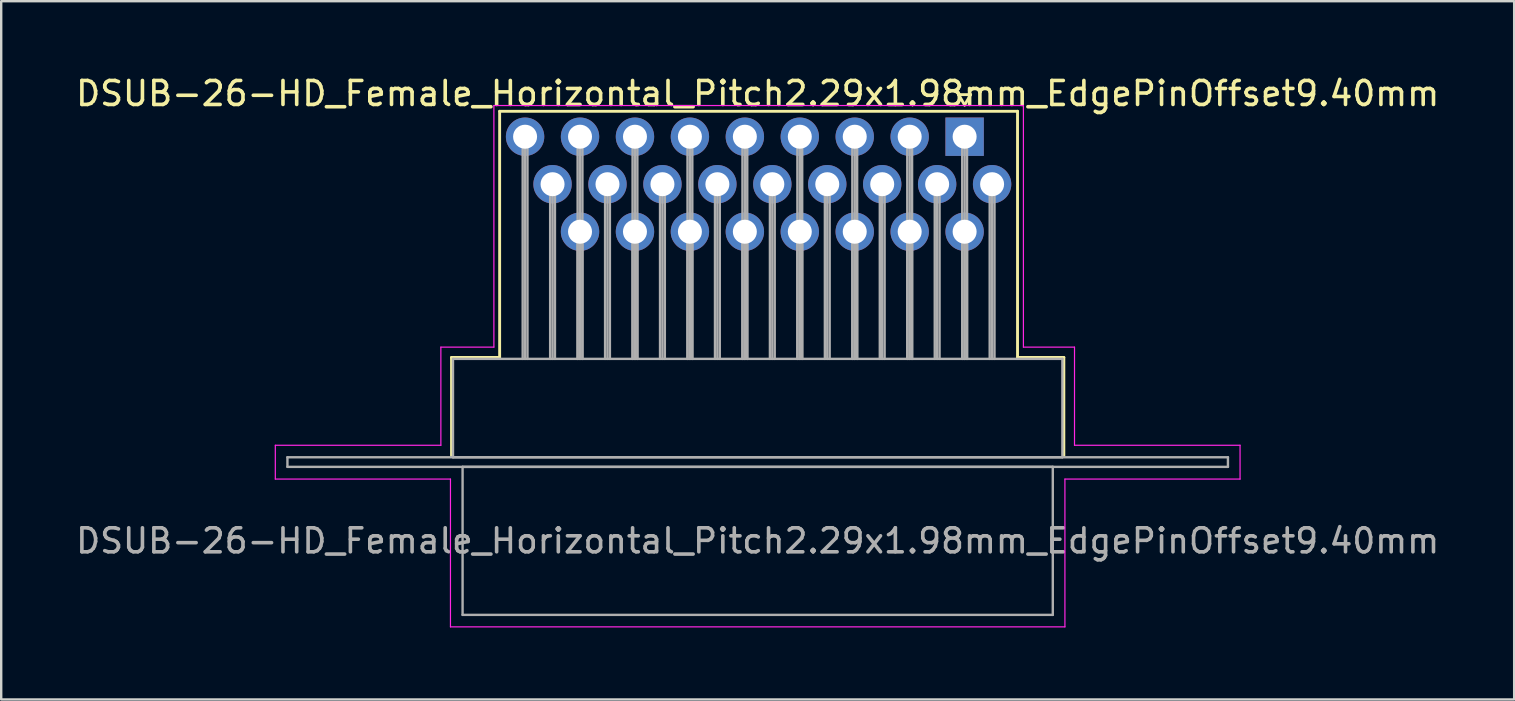
<source format=kicad_pcb>
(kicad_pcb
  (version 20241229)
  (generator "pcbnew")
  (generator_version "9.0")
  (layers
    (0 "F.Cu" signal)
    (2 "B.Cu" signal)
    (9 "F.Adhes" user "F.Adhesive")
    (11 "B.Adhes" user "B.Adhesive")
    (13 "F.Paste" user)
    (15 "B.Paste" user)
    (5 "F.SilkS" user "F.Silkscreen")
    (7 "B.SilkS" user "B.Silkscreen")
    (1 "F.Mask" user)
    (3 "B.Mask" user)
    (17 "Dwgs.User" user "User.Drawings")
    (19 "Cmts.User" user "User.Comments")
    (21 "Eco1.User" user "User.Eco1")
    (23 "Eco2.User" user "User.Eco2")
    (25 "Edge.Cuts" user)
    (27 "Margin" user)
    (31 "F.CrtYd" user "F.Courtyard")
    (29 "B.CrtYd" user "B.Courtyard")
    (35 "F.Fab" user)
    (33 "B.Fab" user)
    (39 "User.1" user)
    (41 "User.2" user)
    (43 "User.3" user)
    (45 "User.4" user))
  (footprint "DSUB-26-HD_Female_Horizontal_Pitch2.29x1.98mm_EdgePinOffset9.40mm"
    (layer "F.Cu")
    (at 37.155 2.648)
    (property "Reference" "DSUB-26-HD_Female_Horizontal_Pitch2.29x1.98mm_EdgePinOffset9.40mm" (at -8.625 -1.8 0) (layer "F.SilkS") (effects (font (size 1 1) (thickness 0.15))))
    (attr through_hole)
    (fp_line (start -21.385 9.2) (end -19.38 9.2) (stroke (width 0.12) (type solid)) (layer "F.SilkS"))
    (fp_line (start -21.385 13.3) (end -21.385 9.2) (stroke (width 0.12) (type solid)) (layer "F.SilkS"))
    (fp_line (start -19.38 -1.06) (end 2.205 -1.06) (stroke (width 0.12) (type solid)) (layer "F.SilkS"))
    (fp_line (start -19.38 9.2) (end -19.38 -1.06) (stroke (width 0.12) (type solid)) (layer "F.SilkS"))
    (fp_line (start -0.25 -1.754) (end 0.25 -1.754) (stroke (width 0.12) (type solid)) (layer "F.SilkS"))
    (fp_line (start 0 -1.321) (end -0.25 -1.754) (stroke (width 0.12) (type solid)) (layer "F.SilkS"))
    (fp_line (start 0.25 -1.754) (end 0 -1.321) (stroke (width 0.12) (type solid)) (layer "F.SilkS"))
    (fp_line (start 2.205 -1.06) (end 2.205 9.2) (stroke (width 0.12) (type solid)) (layer "F.SilkS"))
    (fp_line (start 2.205 9.2) (end 4.135 9.2) (stroke (width 0.12) (type solid)) (layer "F.SilkS"))
    (fp_line (start 4.135 9.2) (end 4.135 13.3) (stroke (width 0.12) (type solid)) (layer "F.SilkS"))
    (fp_line (start -28.73 12.86) (end -21.83 12.86) (stroke (width 0.05) (type solid)) (layer "F.CrtYd"))
    (fp_line (start -28.73 14.27) (end -28.73 12.86) (stroke (width 0.05) (type solid)) (layer "F.CrtYd"))
    (fp_line (start -21.83 8.77) (end -19.62 8.77) (stroke (width 0.05) (type solid)) (layer "F.CrtYd"))
    (fp_line (start -21.83 12.86) (end -21.83 8.77) (stroke (width 0.05) (type solid)) (layer "F.CrtYd"))
    (fp_line (start -21.43 14.27) (end -28.73 14.27) (stroke (width 0.05) (type solid)) (layer "F.CrtYd"))
    (fp_line (start -21.43 20.43) (end -21.43 14.27) (stroke (width 0.05) (type solid)) (layer "F.CrtYd"))
    (fp_line (start -19.62 -1.3) (end 2.45 -1.3) (stroke (width 0.05) (type solid)) (layer "F.CrtYd"))
    (fp_line (start -19.62 8.77) (end -19.62 -1.3) (stroke (width 0.05) (type solid)) (layer "F.CrtYd"))
    (fp_line (start 2.45 -1.3) (end 2.45 8.77) (stroke (width 0.05) (type solid)) (layer "F.CrtYd"))
    (fp_line (start 2.45 8.77) (end 4.58 8.77) (stroke (width 0.05) (type solid)) (layer "F.CrtYd"))
    (fp_line (start 4.18 14.27) (end 4.18 20.43) (stroke (width 0.05) (type solid)) (layer "F.CrtYd"))
    (fp_line (start 4.18 20.43) (end -21.43 20.43) (stroke (width 0.05) (type solid)) (layer "F.CrtYd"))
    (fp_line (start 4.58 8.77) (end 4.58 12.86) (stroke (width 0.05) (type solid)) (layer "F.CrtYd"))
    (fp_line (start 4.58 12.86) (end 11.48 12.86) (stroke (width 0.05) (type solid)) (layer "F.CrtYd"))
    (fp_line (start 11.48 12.86) (end 11.48 14.27) (stroke (width 0.05) (type solid)) (layer "F.CrtYd"))
    (fp_line (start 11.48 14.27) (end 4.18 14.27) (stroke (width 0.05) (type solid)) (layer "F.CrtYd"))
    (fp_line (start -28.225 13.36) (end -28.225 13.76) (stroke (width 0.1) (type solid)) (layer "F.Fab"))
    (fp_line (start -28.225 13.76) (end 10.975 13.76) (stroke (width 0.1) (type solid)) (layer "F.Fab"))
    (fp_line (start -21.325 9.26) (end -21.325 13.36) (stroke (width 0.1) (type solid)) (layer "F.Fab"))
    (fp_line (start -21.325 13.36) (end 4.075 13.36) (stroke (width 0.1) (type solid)) (layer "F.Fab"))
    (fp_line (start -20.925 13.76) (end -20.925 19.93) (stroke (width 0.1) (type solid)) (layer "F.Fab"))
    (fp_line (start -20.925 19.93) (end 3.675 19.93) (stroke (width 0.1) (type solid)) (layer "F.Fab"))
    (fp_line (start -18.42 0) (end -18.42 9.26) (stroke (width 0.1) (type solid)) (layer "F.Fab"))
    (fp_line (start -18.32 0) (end -18.32 9.26) (stroke (width 0.1) (type solid)) (layer "F.Fab"))
    (fp_line (start -18.22 0) (end -18.22 9.26) (stroke (width 0.1) (type solid)) (layer "F.Fab"))
    (fp_line (start -17.275 1.98) (end -17.275 9.26) (stroke (width 0.1) (type solid)) (layer "F.Fab"))
    (fp_line (start -17.175 1.98) (end -17.175 9.26) (stroke (width 0.1) (type solid)) (layer "F.Fab"))
    (fp_line (start -17.075 1.98) (end -17.075 9.26) (stroke (width 0.1) (type solid)) (layer "F.Fab"))
    (fp_line (start -16.13 0) (end -16.13 9.26) (stroke (width 0.1) (type solid)) (layer "F.Fab"))
    (fp_line (start -16.13 3.96) (end -16.13 9.26) (stroke (width 0.1) (type solid)) (layer "F.Fab"))
    (fp_line (start -16.03 0) (end -16.03 9.26) (stroke (width 0.1) (type solid)) (layer "F.Fab"))
    (fp_line (start -16.03 3.96) (end -16.03 9.26) (stroke (width 0.1) (type solid)) (layer "F.Fab"))
    (fp_line (start -15.93 0) (end -15.93 9.26) (stroke (width 0.1) (type solid)) (layer "F.Fab"))
    (fp_line (start -15.93 3.96) (end -15.93 9.26) (stroke (width 0.1) (type solid)) (layer "F.Fab"))
    (fp_line (start -14.985 1.98) (end -14.985 9.26) (stroke (width 0.1) (type solid)) (layer "F.Fab"))
    (fp_line (start -14.885 1.98) (end -14.885 9.26) (stroke (width 0.1) (type solid)) (layer "F.Fab"))
    (fp_line (start -14.785 1.98) (end -14.785 9.26) (stroke (width 0.1) (type solid)) (layer "F.Fab"))
    (fp_line (start -13.84 0) (end -13.84 9.26) (stroke (width 0.1) (type solid)) (layer "F.Fab"))
    (fp_line (start -13.84 3.96) (end -13.84 9.26) (stroke (width 0.1) (type solid)) (layer "F.Fab"))
    (fp_line (start -13.74 0) (end -13.74 9.26) (stroke (width 0.1) (type solid)) (layer "F.Fab"))
    (fp_line (start -13.74 3.96) (end -13.74 9.26) (stroke (width 0.1) (type solid)) (layer "F.Fab"))
    (fp_line (start -13.64 0) (end -13.64 9.26) (stroke (width 0.1) (type solid)) (layer "F.Fab"))
    (fp_line (start -13.64 3.96) (end -13.64 9.26) (stroke (width 0.1) (type solid)) (layer "F.Fab"))
    (fp_line (start -12.695 1.98) (end -12.695 9.26) (stroke (width 0.1) (type solid)) (layer "F.Fab"))
    (fp_line (start -12.595 1.98) (end -12.595 9.26) (stroke (width 0.1) (type solid)) (layer "F.Fab"))
    (fp_line (start -12.495 1.98) (end -12.495 9.26) (stroke (width 0.1) (type solid)) (layer "F.Fab"))
    (fp_line (start -11.55 0) (end -11.55 9.26) (stroke (width 0.1) (type solid)) (layer "F.Fab"))
    (fp_line (start -11.55 3.96) (end -11.55 9.26) (stroke (width 0.1) (type solid)) (layer "F.Fab"))
    (fp_line (start -11.45 0) (end -11.45 9.26) (stroke (width 0.1) (type solid)) (layer "F.Fab"))
    (fp_line (start -11.45 3.96) (end -11.45 9.26) (stroke (width 0.1) (type solid)) (layer "F.Fab"))
    (fp_line (start -11.35 0) (end -11.35 9.26) (stroke (width 0.1) (type solid)) (layer "F.Fab"))
    (fp_line (start -11.35 3.96) (end -11.35 9.26) (stroke (width 0.1) (type solid)) (layer "F.Fab"))
    (fp_line (start -10.405 1.98) (end -10.405 9.26) (stroke (width 0.1) (type solid)) (layer "F.Fab"))
    (fp_line (start -10.305 1.98) (end -10.305 9.26) (stroke (width 0.1) (type solid)) (layer "F.Fab"))
    (fp_line (start -10.205 1.98) (end -10.205 9.26) (stroke (width 0.1) (type solid)) (layer "F.Fab"))
    (fp_line (start -9.26 0) (end -9.26 9.26) (stroke (width 0.1) (type solid)) (layer "F.Fab"))
    (fp_line (start -9.26 3.96) (end -9.26 9.26) (stroke (width 0.1) (type solid)) (layer "F.Fab"))
    (fp_line (start -9.16 0) (end -9.16 9.26) (stroke (width 0.1) (type solid)) (layer "F.Fab"))
    (fp_line (start -9.16 3.96) (end -9.16 9.26) (stroke (width 0.1) (type solid)) (layer "F.Fab"))
    (fp_line (start -9.06 0) (end -9.06 9.26) (stroke (width 0.1) (type solid)) (layer "F.Fab"))
    (fp_line (start -9.06 3.96) (end -9.06 9.26) (stroke (width 0.1) (type solid)) (layer "F.Fab"))
    (fp_line (start -8.115 1.98) (end -8.115 9.26) (stroke (width 0.1) (type solid)) (layer "F.Fab"))
    (fp_line (start -8.015 1.98) (end -8.015 9.26) (stroke (width 0.1) (type solid)) (layer "F.Fab"))
    (fp_line (start -7.915 1.98) (end -7.915 9.26) (stroke (width 0.1) (type solid)) (layer "F.Fab"))
    (fp_line (start -6.97 0) (end -6.97 9.26) (stroke (width 0.1) (type solid)) (layer "F.Fab"))
    (fp_line (start -6.97 3.96) (end -6.97 9.26) (stroke (width 0.1) (type solid)) (layer "F.Fab"))
    (fp_line (start -6.87 0) (end -6.87 9.26) (stroke (width 0.1) (type solid)) (layer "F.Fab"))
    (fp_line (start -6.87 3.96) (end -6.87 9.26) (stroke (width 0.1) (type solid)) (layer "F.Fab"))
    (fp_line (start -6.77 0) (end -6.77 9.26) (stroke (width 0.1) (type solid)) (layer "F.Fab"))
    (fp_line (start -6.77 3.96) (end -6.77 9.26) (stroke (width 0.1) (type solid)) (layer "F.Fab"))
    (fp_line (start -5.825 1.98) (end -5.825 9.26) (stroke (width 0.1) (type solid)) (layer "F.Fab"))
    (fp_line (start -5.725 1.98) (end -5.725 9.26) (stroke (width 0.1) (type solid)) (layer "F.Fab"))
    (fp_line (start -5.625 1.98) (end -5.625 9.26) (stroke (width 0.1) (type solid)) (layer "F.Fab"))
    (fp_line (start -4.68 0) (end -4.68 9.26) (stroke (width 0.1) (type solid)) (layer "F.Fab"))
    (fp_line (start -4.68 3.96) (end -4.68 9.26) (stroke (width 0.1) (type solid)) (layer "F.Fab"))
    (fp_line (start -4.58 0) (end -4.58 9.26) (stroke (width 0.1) (type solid)) (layer "F.Fab"))
    (fp_line (start -4.58 3.96) (end -4.58 9.26) (stroke (width 0.1) (type solid)) (layer "F.Fab"))
    (fp_line (start -4.48 0) (end -4.48 9.26) (stroke (width 0.1) (type solid)) (layer "F.Fab"))
    (fp_line (start -4.48 3.96) (end -4.48 9.26) (stroke (width 0.1) (type solid)) (layer "F.Fab"))
    (fp_line (start -3.535 1.98) (end -3.535 9.26) (stroke (width 0.1) (type solid)) (layer "F.Fab"))
    (fp_line (start -3.435 1.98) (end -3.435 9.26) (stroke (width 0.1) (type solid)) (layer "F.Fab"))
    (fp_line (start -3.335 1.98) (end -3.335 9.26) (stroke (width 0.1) (type solid)) (layer "F.Fab"))
    (fp_line (start -2.39 0) (end -2.39 9.26) (stroke (width 0.1) (type solid)) (layer "F.Fab"))
    (fp_line (start -2.39 3.96) (end -2.39 9.26) (stroke (width 0.1) (type solid)) (layer "F.Fab"))
    (fp_line (start -2.29 0) (end -2.29 9.26) (stroke (width 0.1) (type solid)) (layer "F.Fab"))
    (fp_line (start -2.29 3.96) (end -2.29 9.26) (stroke (width 0.1) (type solid)) (layer "F.Fab"))
    (fp_line (start -2.19 0) (end -2.19 9.26) (stroke (width 0.1) (type solid)) (layer "F.Fab"))
    (fp_line (start -2.19 3.96) (end -2.19 9.26) (stroke (width 0.1) (type solid)) (layer "F.Fab"))
    (fp_line (start -1.245 1.98) (end -1.245 9.26) (stroke (width 0.1) (type solid)) (layer "F.Fab"))
    (fp_line (start -1.145 1.98) (end -1.145 9.26) (stroke (width 0.1) (type solid)) (layer "F.Fab"))
    (fp_line (start -1.045 1.98) (end -1.045 9.26) (stroke (width 0.1) (type solid)) (layer "F.Fab"))
    (fp_line (start -0.1 0) (end -0.1 9.26) (stroke (width 0.1) (type solid)) (layer "F.Fab"))
    (fp_line (start -0.1 3.96) (end -0.1 9.26) (stroke (width 0.1) (type solid)) (layer "F.Fab"))
    (fp_line (start 0 0) (end 0 9.26) (stroke (width 0.1) (type solid)) (layer "F.Fab"))
    (fp_line (start 0 3.96) (end 0 9.26) (stroke (width 0.1) (type solid)) (layer "F.Fab"))
    (fp_line (start 0.1 0) (end 0.1 9.26) (stroke (width 0.1) (type solid)) (layer "F.Fab"))
    (fp_line (start 0.1 3.96) (end 0.1 9.26) (stroke (width 0.1) (type solid)) (layer "F.Fab"))
    (fp_line (start 1.045 1.98) (end 1.045 9.26) (stroke (width 0.1) (type solid)) (layer "F.Fab"))
    (fp_line (start 1.145 1.98) (end 1.145 9.26) (stroke (width 0.1) (type solid)) (layer "F.Fab"))
    (fp_line (start 1.245 1.98) (end 1.245 9.26) (stroke (width 0.1) (type solid)) (layer "F.Fab"))
    (fp_line (start 3.675 13.76) (end -20.925 13.76) (stroke (width 0.1) (type solid)) (layer "F.Fab"))
    (fp_line (start 3.675 19.93) (end 3.675 13.76) (stroke (width 0.1) (type solid)) (layer "F.Fab"))
    (fp_line (start 4.075 9.26) (end -21.325 9.26) (stroke (width 0.1) (type solid)) (layer "F.Fab"))
    (fp_line (start 4.075 13.36) (end 4.075 9.26) (stroke (width 0.1) (type solid)) (layer "F.Fab"))
    (fp_line (start 10.975 13.36) (end -28.225 13.36) (stroke (width 0.1) (type solid)) (layer "F.Fab"))
    (fp_line (start 10.975 13.76) (end 10.975 13.36) (stroke (width 0.1) (type solid)) (layer "F.Fab"))
    (fp_text user "${REFERENCE}" (at -8.625 16.845 0) (layer "F.Fab") (effects (font (size 1 1) (thickness 0.15))))
    (pad "1" thru_hole rect (at 0 0) (size 1.6 1.6) (drill 1) (layers "*.Cu" "*.Mask"))
    (pad "2" thru_hole circle (at -2.29 0) (size 1.6 1.6) (drill 1) (layers "*.Cu" "*.Mask"))
    (pad "3" thru_hole circle (at -4.58 0) (size 1.6 1.6) (drill 1) (layers "*.Cu" "*.Mask"))
    (pad "4" thru_hole circle (at -6.87 0) (size 1.6 1.6) (drill 1) (layers "*.Cu" "*.Mask"))
    (pad "5" thru_hole circle (at -9.16 0) (size 1.6 1.6) (drill 1) (layers "*.Cu" "*.Mask"))
    (pad "6" thru_hole circle (at -11.45 0) (size 1.6 1.6) (drill 1) (layers "*.Cu" "*.Mask"))
    (pad "7" thru_hole circle (at -13.74 0) (size 1.6 1.6) (drill 1) (layers "*.Cu" "*.Mask"))
    (pad "8" thru_hole circle (at -16.03 0) (size 1.6 1.6) (drill 1) (layers "*.Cu" "*.Mask"))
    (pad "9" thru_hole circle (at -18.32 0) (size 1.6 1.6) (drill 1) (layers "*.Cu" "*.Mask"))
    (pad "10" thru_hole circle (at 1.145 1.98) (size 1.6 1.6) (drill 1) (layers "*.Cu" "*.Mask"))
    (pad "11" thru_hole circle (at -1.145 1.98) (size 1.6 1.6) (drill 1) (layers "*.Cu" "*.Mask"))
    (pad "12" thru_hole circle (at -3.435 1.98) (size 1.6 1.6) (drill 1) (layers "*.Cu" "*.Mask"))
    (pad "13" thru_hole circle (at -5.725 1.98) (size 1.6 1.6) (drill 1) (layers "*.Cu" "*.Mask"))
    (pad "14" thru_hole circle (at -8.015 1.98) (size 1.6 1.6) (drill 1) (layers "*.Cu" "*.Mask"))
    (pad "15" thru_hole circle (at -10.305 1.98) (size 1.6 1.6) (drill 1) (layers "*.Cu" "*.Mask"))
    (pad "16" thru_hole circle (at -12.595 1.98) (size 1.6 1.6) (drill 1) (layers "*.Cu" "*.Mask"))
    (pad "17" thru_hole circle (at -14.885 1.98) (size 1.6 1.6) (drill 1) (layers "*.Cu" "*.Mask"))
    (pad "18" thru_hole circle (at -17.175 1.98) (size 1.6 1.6) (drill 1) (layers "*.Cu" "*.Mask"))
    (pad "19" thru_hole circle (at 0 3.96) (size 1.6 1.6) (drill 1) (layers "*.Cu" "*.Mask"))
    (pad "20" thru_hole circle (at -2.29 3.96) (size 1.6 1.6) (drill 1) (layers "*.Cu" "*.Mask"))
    (pad "21" thru_hole circle (at -4.58 3.96) (size 1.6 1.6) (drill 1) (layers "*.Cu" "*.Mask"))
    (pad "22" thru_hole circle (at -6.87 3.96) (size 1.6 1.6) (drill 1) (layers "*.Cu" "*.Mask"))
    (pad "23" thru_hole circle (at -9.16 3.96) (size 1.6 1.6) (drill 1) (layers "*.Cu" "*.Mask"))
    (pad "24" thru_hole circle (at -11.45 3.96) (size 1.6 1.6) (drill 1) (layers "*.Cu" "*.Mask"))
    (pad "25" thru_hole circle (at -13.74 3.96) (size 1.6 1.6) (drill 1) (layers "*.Cu" "*.Mask"))
    (pad "26" thru_hole circle (at -16.03 3.96) (size 1.6 1.6) (drill 1) (layers "*.Cu" "*.Mask")))
  (gr_rect
    (start -3 -3)
    (end 60.06 26.103)
    (stroke (width 0.1) (type default))
    (fill no)
    (layer "Edge.Cuts")))
</source>
